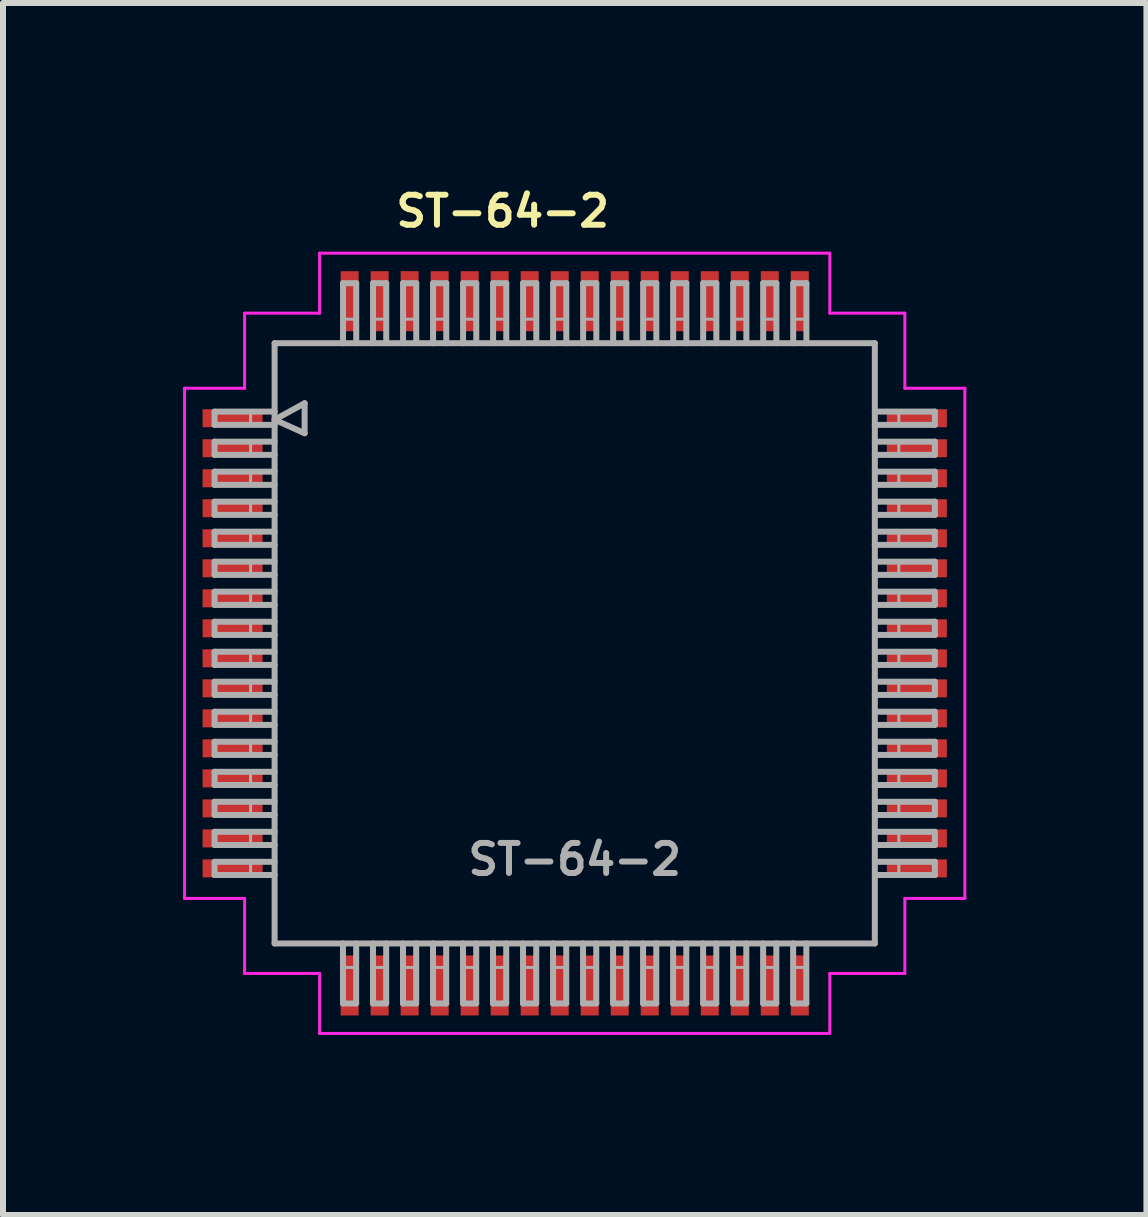
<source format=kicad_pcb>
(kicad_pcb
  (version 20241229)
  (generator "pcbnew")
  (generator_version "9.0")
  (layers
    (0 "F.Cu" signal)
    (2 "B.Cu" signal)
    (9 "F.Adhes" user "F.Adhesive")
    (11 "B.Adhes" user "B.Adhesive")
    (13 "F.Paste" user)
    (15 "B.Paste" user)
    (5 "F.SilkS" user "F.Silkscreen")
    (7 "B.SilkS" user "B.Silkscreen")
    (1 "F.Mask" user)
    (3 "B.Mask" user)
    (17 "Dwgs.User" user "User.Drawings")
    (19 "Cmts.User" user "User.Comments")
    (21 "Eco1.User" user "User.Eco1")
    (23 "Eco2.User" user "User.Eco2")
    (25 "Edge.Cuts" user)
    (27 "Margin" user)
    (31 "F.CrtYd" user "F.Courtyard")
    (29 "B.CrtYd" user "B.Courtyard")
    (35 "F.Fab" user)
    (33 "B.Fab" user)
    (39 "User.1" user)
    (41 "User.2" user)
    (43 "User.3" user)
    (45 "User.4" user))
  (footprint "ST-64-2"
    (layer "F.Cu")
    (at 6.525 7.668)
    (property "Reference" "ST-64-2" (at -1.2 -7.2 0) (layer "F.SilkS") (effects (font (size 0.5 0.5) (thickness 0.1))))
    (attr smd)
    (fp_line (start -6.5 -4.25) (end -5.5 -4.25) (stroke (width 0.05) (type solid)) (layer "F.CrtYd"))
    (fp_line (start -6.5 4.25) (end -6.5 -4.25) (stroke (width 0.05) (type solid)) (layer "F.CrtYd"))
    (fp_line (start -5.5 -5.5) (end -4.25 -5.5) (stroke (width 0.05) (type solid)) (layer "F.CrtYd"))
    (fp_line (start -5.5 -4.25) (end -5.5 -5.5) (stroke (width 0.05) (type solid)) (layer "F.CrtYd"))
    (fp_line (start -5.5 4.25) (end -6.5 4.25) (stroke (width 0.05) (type solid)) (layer "F.CrtYd"))
    (fp_line (start -5.5 5.5) (end -5.5 4.25) (stroke (width 0.05) (type solid)) (layer "F.CrtYd"))
    (fp_line (start -4.25 -6.5) (end 4.25 -6.5) (stroke (width 0.05) (type solid)) (layer "F.CrtYd"))
    (fp_line (start -4.25 -5.5) (end -4.25 -6.5) (stroke (width 0.05) (type solid)) (layer "F.CrtYd"))
    (fp_line (start -4.25 5.5) (end -5.5 5.5) (stroke (width 0.05) (type solid)) (layer "F.CrtYd"))
    (fp_line (start -4.25 6.5) (end -4.25 5.5) (stroke (width 0.05) (type solid)) (layer "F.CrtYd"))
    (fp_line (start 4.25 -6.5) (end 4.25 -5.5) (stroke (width 0.05) (type solid)) (layer "F.CrtYd"))
    (fp_line (start 4.25 -5.5) (end 5.5 -5.5) (stroke (width 0.05) (type solid)) (layer "F.CrtYd"))
    (fp_line (start 4.25 5.5) (end 4.25 6.5) (stroke (width 0.05) (type solid)) (layer "F.CrtYd"))
    (fp_line (start 4.25 6.5) (end -4.25 6.5) (stroke (width 0.05) (type solid)) (layer "F.CrtYd"))
    (fp_line (start 5.5 -5.5) (end 5.5 -4.25) (stroke (width 0.05) (type solid)) (layer "F.CrtYd"))
    (fp_line (start 5.5 -4.25) (end 6.5 -4.25) (stroke (width 0.05) (type solid)) (layer "F.CrtYd"))
    (fp_line (start 5.5 4.25) (end 5.5 5.5) (stroke (width 0.05) (type solid)) (layer "F.CrtYd"))
    (fp_line (start 5.5 5.5) (end 4.25 5.5) (stroke (width 0.05) (type solid)) (layer "F.CrtYd"))
    (fp_line (start 6.5 -4.25) (end 6.5 4.25) (stroke (width 0.05) (type solid)) (layer "F.CrtYd"))
    (fp_line (start 6.5 4.25) (end 5.5 4.25) (stroke (width 0.05) (type solid)) (layer "F.CrtYd"))
    (fp_line (start -6 -3.86) (end -6 -3.64) (stroke (width 0.1) (type solid)) (layer "F.Fab"))
    (fp_line (start -6 -3.64) (end -5 -3.64) (stroke (width 0.1) (type solid)) (layer "F.Fab"))
    (fp_line (start -6 -3.36) (end -6 -3.14) (stroke (width 0.1) (type solid)) (layer "F.Fab"))
    (fp_line (start -6 -3.14) (end -5 -3.14) (stroke (width 0.1) (type solid)) (layer "F.Fab"))
    (fp_line (start -6 -2.86) (end -6 -2.64) (stroke (width 0.1) (type solid)) (layer "F.Fab"))
    (fp_line (start -6 -2.64) (end -5 -2.64) (stroke (width 0.1) (type solid)) (layer "F.Fab"))
    (fp_line (start -6 -2.36) (end -6 -2.14) (stroke (width 0.1) (type solid)) (layer "F.Fab"))
    (fp_line (start -6 -2.14) (end -5 -2.14) (stroke (width 0.1) (type solid)) (layer "F.Fab"))
    (fp_line (start -6 -1.86) (end -6 -1.64) (stroke (width 0.1) (type solid)) (layer "F.Fab"))
    (fp_line (start -6 -1.64) (end -5 -1.64) (stroke (width 0.1) (type solid)) (layer "F.Fab"))
    (fp_line (start -6 -1.36) (end -6 -1.14) (stroke (width 0.1) (type solid)) (layer "F.Fab"))
    (fp_line (start -6 -1.14) (end -5 -1.14) (stroke (width 0.1) (type solid)) (layer "F.Fab"))
    (fp_line (start -6 -0.86) (end -6 -0.64) (stroke (width 0.1) (type solid)) (layer "F.Fab"))
    (fp_line (start -6 -0.64) (end -5 -0.64) (stroke (width 0.1) (type solid)) (layer "F.Fab"))
    (fp_line (start -6 -0.36) (end -6 -0.14) (stroke (width 0.1) (type solid)) (layer "F.Fab"))
    (fp_line (start -6 -0.14) (end -5 -0.14) (stroke (width 0.1) (type solid)) (layer "F.Fab"))
    (fp_line (start -6 0.14) (end -6 0.36) (stroke (width 0.1) (type solid)) (layer "F.Fab"))
    (fp_line (start -6 0.36) (end -5 0.36) (stroke (width 0.1) (type solid)) (layer "F.Fab"))
    (fp_line (start -6 0.64) (end -6 0.86) (stroke (width 0.1) (type solid)) (layer "F.Fab"))
    (fp_line (start -6 0.86) (end -5 0.86) (stroke (width 0.1) (type solid)) (layer "F.Fab"))
    (fp_line (start -6 1.14) (end -6 1.36) (stroke (width 0.1) (type solid)) (layer "F.Fab"))
    (fp_line (start -6 1.36) (end -5 1.36) (stroke (width 0.1) (type solid)) (layer "F.Fab"))
    (fp_line (start -6 1.64) (end -6 1.86) (stroke (width 0.1) (type solid)) (layer "F.Fab"))
    (fp_line (start -6 1.86) (end -5 1.86) (stroke (width 0.1) (type solid)) (layer "F.Fab"))
    (fp_line (start -6 2.14) (end -6 2.36) (stroke (width 0.1) (type solid)) (layer "F.Fab"))
    (fp_line (start -6 2.36) (end -5 2.36) (stroke (width 0.1) (type solid)) (layer "F.Fab"))
    (fp_line (start -6 2.64) (end -6 2.86) (stroke (width 0.1) (type solid)) (layer "F.Fab"))
    (fp_line (start -6 2.86) (end -5 2.86) (stroke (width 0.1) (type solid)) (layer "F.Fab"))
    (fp_line (start -6 3.14) (end -6 3.36) (stroke (width 0.1) (type solid)) (layer "F.Fab"))
    (fp_line (start -6 3.36) (end -5 3.36) (stroke (width 0.1) (type solid)) (layer "F.Fab"))
    (fp_line (start -6 3.64) (end -6 3.86) (stroke (width 0.1) (type solid)) (layer "F.Fab"))
    (fp_line (start -6 3.86) (end -5 3.86) (stroke (width 0.1) (type solid)) (layer "F.Fab"))
    (fp_line (start -5.4 -3.86) (end -5.4 -3.64) (stroke (width 0.05) (type solid)) (layer "F.Fab"))
    (fp_line (start -5.4 -3.36) (end -5.4 -3.14) (stroke (width 0.05) (type solid)) (layer "F.Fab"))
    (fp_line (start -5.4 -2.86) (end -5.4 -2.64) (stroke (width 0.05) (type solid)) (layer "F.Fab"))
    (fp_line (start -5.4 -2.36) (end -5.4 -2.14) (stroke (width 0.05) (type solid)) (layer "F.Fab"))
    (fp_line (start -5.4 -1.86) (end -5.4 -1.64) (stroke (width 0.05) (type solid)) (layer "F.Fab"))
    (fp_line (start -5.4 -1.36) (end -5.4 -1.14) (stroke (width 0.05) (type solid)) (layer "F.Fab"))
    (fp_line (start -5.4 -0.86) (end -5.4 -0.64) (stroke (width 0.05) (type solid)) (layer "F.Fab"))
    (fp_line (start -5.4 -0.36) (end -5.4 -0.14) (stroke (width 0.05) (type solid)) (layer "F.Fab"))
    (fp_line (start -5.4 0.14) (end -5.4 0.36) (stroke (width 0.05) (type solid)) (layer "F.Fab"))
    (fp_line (start -5.4 0.64) (end -5.4 0.86) (stroke (width 0.05) (type solid)) (layer "F.Fab"))
    (fp_line (start -5.4 1.14) (end -5.4 1.36) (stroke (width 0.05) (type solid)) (layer "F.Fab"))
    (fp_line (start -5.4 1.64) (end -5.4 1.86) (stroke (width 0.05) (type solid)) (layer "F.Fab"))
    (fp_line (start -5.4 2.14) (end -5.4 2.36) (stroke (width 0.05) (type solid)) (layer "F.Fab"))
    (fp_line (start -5.4 2.64) (end -5.4 2.86) (stroke (width 0.05) (type solid)) (layer "F.Fab"))
    (fp_line (start -5.4 3.14) (end -5.4 3.36) (stroke (width 0.05) (type solid)) (layer "F.Fab"))
    (fp_line (start -5.4 3.64) (end -5.4 3.86) (stroke (width 0.05) (type solid)) (layer "F.Fab"))
    (fp_line (start -5 -5) (end -5 5) (stroke (width 0.1) (type solid)) (layer "F.Fab"))
    (fp_line (start -5 -3.86) (end -6 -3.86) (stroke (width 0.1) (type solid)) (layer "F.Fab"))
    (fp_line (start -5 -3.725) (end -4.5 -4) (stroke (width 0.1) (type solid)) (layer "F.Fab"))
    (fp_line (start -5 -3.36) (end -6 -3.36) (stroke (width 0.1) (type solid)) (layer "F.Fab"))
    (fp_line (start -5 -2.86) (end -6 -2.86) (stroke (width 0.1) (type solid)) (layer "F.Fab"))
    (fp_line (start -5 -2.36) (end -6 -2.36) (stroke (width 0.1) (type solid)) (layer "F.Fab"))
    (fp_line (start -5 -1.86) (end -6 -1.86) (stroke (width 0.1) (type solid)) (layer "F.Fab"))
    (fp_line (start -5 -1.36) (end -6 -1.36) (stroke (width 0.1) (type solid)) (layer "F.Fab"))
    (fp_line (start -5 -0.86) (end -6 -0.86) (stroke (width 0.1) (type solid)) (layer "F.Fab"))
    (fp_line (start -5 -0.36) (end -6 -0.36) (stroke (width 0.1) (type solid)) (layer "F.Fab"))
    (fp_line (start -5 0.14) (end -6 0.14) (stroke (width 0.1) (type solid)) (layer "F.Fab"))
    (fp_line (start -5 0.64) (end -6 0.64) (stroke (width 0.1) (type solid)) (layer "F.Fab"))
    (fp_line (start -5 1.14) (end -6 1.14) (stroke (width 0.1) (type solid)) (layer "F.Fab"))
    (fp_line (start -5 1.64) (end -6 1.64) (stroke (width 0.1) (type solid)) (layer "F.Fab"))
    (fp_line (start -5 2.14) (end -6 2.14) (stroke (width 0.1) (type solid)) (layer "F.Fab"))
    (fp_line (start -5 2.64) (end -6 2.64) (stroke (width 0.1) (type solid)) (layer "F.Fab"))
    (fp_line (start -5 3.14) (end -6 3.14) (stroke (width 0.1) (type solid)) (layer "F.Fab"))
    (fp_line (start -5 3.64) (end -6 3.64) (stroke (width 0.1) (type solid)) (layer "F.Fab"))
    (fp_line (start -5 5) (end 5 5) (stroke (width 0.1) (type solid)) (layer "F.Fab"))
    (fp_line (start -4.5 -4) (end -4.5 -3.5) (stroke (width 0.1) (type solid)) (layer "F.Fab"))
    (fp_line (start -4.5 -3.5) (end -5 -3.725) (stroke (width 0.1) (type solid)) (layer "F.Fab"))
    (fp_line (start -3.861 5) (end -3.861 6) (stroke (width 0.1) (type solid)) (layer "F.Fab"))
    (fp_line (start -3.861 6) (end -3.641 6) (stroke (width 0.1) (type solid)) (layer "F.Fab"))
    (fp_line (start -3.86 -6) (end -3.86 -5) (stroke (width 0.1) (type solid)) (layer "F.Fab"))
    (fp_line (start -3.86 -5.4) (end -3.64 -5.4) (stroke (width 0.05) (type solid)) (layer "F.Fab"))
    (fp_line (start -3.86 5.4) (end -3.64 5.4) (stroke (width 0.05) (type solid)) (layer "F.Fab"))
    (fp_line (start -3.641 6) (end -3.641 5) (stroke (width 0.1) (type solid)) (layer "F.Fab"))
    (fp_line (start -3.64 -6) (end -3.86 -6) (stroke (width 0.1) (type solid)) (layer "F.Fab"))
    (fp_line (start -3.64 -5) (end -3.64 -6) (stroke (width 0.1) (type solid)) (layer "F.Fab"))
    (fp_line (start -3.361 5) (end -3.361 6) (stroke (width 0.1) (type solid)) (layer "F.Fab"))
    (fp_line (start -3.361 6) (end -3.141 6) (stroke (width 0.1) (type solid)) (layer "F.Fab"))
    (fp_line (start -3.36 -6) (end -3.36 -5) (stroke (width 0.1) (type solid)) (layer "F.Fab"))
    (fp_line (start -3.36 -5.4) (end -3.14 -5.4) (stroke (width 0.05) (type solid)) (layer "F.Fab"))
    (fp_line (start -3.36 5.4) (end -3.14 5.4) (stroke (width 0.05) (type solid)) (layer "F.Fab"))
    (fp_line (start -3.141 6) (end -3.141 5) (stroke (width 0.1) (type solid)) (layer "F.Fab"))
    (fp_line (start -3.14 -6) (end -3.36 -6) (stroke (width 0.1) (type solid)) (layer "F.Fab"))
    (fp_line (start -3.14 -5) (end -3.14 -6) (stroke (width 0.1) (type solid)) (layer "F.Fab"))
    (fp_line (start -2.861 5) (end -2.861 6) (stroke (width 0.1) (type solid)) (layer "F.Fab"))
    (fp_line (start -2.861 6) (end -2.641 6) (stroke (width 0.1) (type solid)) (layer "F.Fab"))
    (fp_line (start -2.86 -6) (end -2.86 -5) (stroke (width 0.1) (type solid)) (layer "F.Fab"))
    (fp_line (start -2.86 -5.4) (end -2.64 -5.4) (stroke (width 0.05) (type solid)) (layer "F.Fab"))
    (fp_line (start -2.86 5.4) (end -2.64 5.4) (stroke (width 0.05) (type solid)) (layer "F.Fab"))
    (fp_line (start -2.641 6) (end -2.641 5) (stroke (width 0.1) (type solid)) (layer "F.Fab"))
    (fp_line (start -2.64 -6) (end -2.86 -6) (stroke (width 0.1) (type solid)) (layer "F.Fab"))
    (fp_line (start -2.64 -5) (end -2.64 -6) (stroke (width 0.1) (type solid)) (layer "F.Fab"))
    (fp_line (start -2.361 5) (end -2.361 6) (stroke (width 0.1) (type solid)) (layer "F.Fab"))
    (fp_line (start -2.361 6) (end -2.141 6) (stroke (width 0.1) (type solid)) (layer "F.Fab"))
    (fp_line (start -2.36 -6) (end -2.36 -5) (stroke (width 0.1) (type solid)) (layer "F.Fab"))
    (fp_line (start -2.36 -5.4) (end -2.14 -5.4) (stroke (width 0.05) (type solid)) (layer "F.Fab"))
    (fp_line (start -2.36 5.4) (end -2.14 5.4) (stroke (width 0.05) (type solid)) (layer "F.Fab"))
    (fp_line (start -2.141 6) (end -2.141 5) (stroke (width 0.1) (type solid)) (layer "F.Fab"))
    (fp_line (start -2.14 -6) (end -2.36 -6) (stroke (width 0.1) (type solid)) (layer "F.Fab"))
    (fp_line (start -2.14 -5) (end -2.14 -6) (stroke (width 0.1) (type solid)) (layer "F.Fab"))
    (fp_line (start -1.861 5) (end -1.861 6) (stroke (width 0.1) (type solid)) (layer "F.Fab"))
    (fp_line (start -1.861 6) (end -1.641 6) (stroke (width 0.1) (type solid)) (layer "F.Fab"))
    (fp_line (start -1.86 -6) (end -1.86 -5) (stroke (width 0.1) (type solid)) (layer "F.Fab"))
    (fp_line (start -1.86 -5.4) (end -1.64 -5.4) (stroke (width 0.05) (type solid)) (layer "F.Fab"))
    (fp_line (start -1.86 5.4) (end -1.64 5.4) (stroke (width 0.05) (type solid)) (layer "F.Fab"))
    (fp_line (start -1.641 6) (end -1.641 5) (stroke (width 0.1) (type solid)) (layer "F.Fab"))
    (fp_line (start -1.64 -6) (end -1.86 -6) (stroke (width 0.1) (type solid)) (layer "F.Fab"))
    (fp_line (start -1.64 -5) (end -1.64 -6) (stroke (width 0.1) (type solid)) (layer "F.Fab"))
    (fp_line (start -1.361 5) (end -1.361 6) (stroke (width 0.1) (type solid)) (layer "F.Fab"))
    (fp_line (start -1.361 6) (end -1.141 6) (stroke (width 0.1) (type solid)) (layer "F.Fab"))
    (fp_line (start -1.36 -6) (end -1.36 -5) (stroke (width 0.1) (type solid)) (layer "F.Fab"))
    (fp_line (start -1.36 -5.4) (end -1.14 -5.4) (stroke (width 0.05) (type solid)) (layer "F.Fab"))
    (fp_line (start -1.36 5.4) (end -1.14 5.4) (stroke (width 0.05) (type solid)) (layer "F.Fab"))
    (fp_line (start -1.141 6) (end -1.141 5) (stroke (width 0.1) (type solid)) (layer "F.Fab"))
    (fp_line (start -1.14 -6) (end -1.36 -6) (stroke (width 0.1) (type solid)) (layer "F.Fab"))
    (fp_line (start -1.14 -5) (end -1.14 -6) (stroke (width 0.1) (type solid)) (layer "F.Fab"))
    (fp_line (start -0.861 5) (end -0.861 6) (stroke (width 0.1) (type solid)) (layer "F.Fab"))
    (fp_line (start -0.861 6) (end -0.641 6) (stroke (width 0.1) (type solid)) (layer "F.Fab"))
    (fp_line (start -0.86 -6) (end -0.86 -5) (stroke (width 0.1) (type solid)) (layer "F.Fab"))
    (fp_line (start -0.86 -5.4) (end -0.64 -5.4) (stroke (width 0.05) (type solid)) (layer "F.Fab"))
    (fp_line (start -0.86 5.4) (end -0.64 5.4) (stroke (width 0.05) (type solid)) (layer "F.Fab"))
    (fp_line (start -0.641 6) (end -0.641 5) (stroke (width 0.1) (type solid)) (layer "F.Fab"))
    (fp_line (start -0.64 -6) (end -0.86 -6) (stroke (width 0.1) (type solid)) (layer "F.Fab"))
    (fp_line (start -0.64 -5) (end -0.64 -6) (stroke (width 0.1) (type solid)) (layer "F.Fab"))
    (fp_line (start -0.361 5) (end -0.361 6) (stroke (width 0.1) (type solid)) (layer "F.Fab"))
    (fp_line (start -0.361 6) (end -0.141 6) (stroke (width 0.1) (type solid)) (layer "F.Fab"))
    (fp_line (start -0.36 -6) (end -0.36 -5) (stroke (width 0.1) (type solid)) (layer "F.Fab"))
    (fp_line (start -0.36 -5.4) (end -0.14 -5.4) (stroke (width 0.05) (type solid)) (layer "F.Fab"))
    (fp_line (start -0.36 5.4) (end -0.14 5.4) (stroke (width 0.05) (type solid)) (layer "F.Fab"))
    (fp_line (start -0.141 6) (end -0.141 5) (stroke (width 0.1) (type solid)) (layer "F.Fab"))
    (fp_line (start -0.14 -6) (end -0.36 -6) (stroke (width 0.1) (type solid)) (layer "F.Fab"))
    (fp_line (start -0.14 -5) (end -0.14 -6) (stroke (width 0.1) (type solid)) (layer "F.Fab"))
    (fp_line (start 0.139 5) (end 0.139 6) (stroke (width 0.1) (type solid)) (layer "F.Fab"))
    (fp_line (start 0.139 6) (end 0.359 6) (stroke (width 0.1) (type solid)) (layer "F.Fab"))
    (fp_line (start 0.14 -6) (end 0.14 -5) (stroke (width 0.1) (type solid)) (layer "F.Fab"))
    (fp_line (start 0.14 -5.4) (end 0.36 -5.4) (stroke (width 0.05) (type solid)) (layer "F.Fab"))
    (fp_line (start 0.14 5.4) (end 0.36 5.4) (stroke (width 0.05) (type solid)) (layer "F.Fab"))
    (fp_line (start 0.359 6) (end 0.359 5) (stroke (width 0.1) (type solid)) (layer "F.Fab"))
    (fp_line (start 0.36 -6) (end 0.14 -6) (stroke (width 0.1) (type solid)) (layer "F.Fab"))
    (fp_line (start 0.36 -5) (end 0.36 -6) (stroke (width 0.1) (type solid)) (layer "F.Fab"))
    (fp_line (start 0.639 5) (end 0.639 6) (stroke (width 0.1) (type solid)) (layer "F.Fab"))
    (fp_line (start 0.639 6) (end 0.859 6) (stroke (width 0.1) (type solid)) (layer "F.Fab"))
    (fp_line (start 0.64 -6) (end 0.64 -5) (stroke (width 0.1) (type solid)) (layer "F.Fab"))
    (fp_line (start 0.64 -5.4) (end 0.86 -5.4) (stroke (width 0.05) (type solid)) (layer "F.Fab"))
    (fp_line (start 0.64 5.4) (end 0.86 5.4) (stroke (width 0.05) (type solid)) (layer "F.Fab"))
    (fp_line (start 0.859 6) (end 0.859 5) (stroke (width 0.1) (type solid)) (layer "F.Fab"))
    (fp_line (start 0.86 -6) (end 0.64 -6) (stroke (width 0.1) (type solid)) (layer "F.Fab"))
    (fp_line (start 0.86 -5) (end 0.86 -6) (stroke (width 0.1) (type solid)) (layer "F.Fab"))
    (fp_line (start 1.139 5) (end 1.139 6) (stroke (width 0.1) (type solid)) (layer "F.Fab"))
    (fp_line (start 1.139 6) (end 1.359 6) (stroke (width 0.1) (type solid)) (layer "F.Fab"))
    (fp_line (start 1.14 -6) (end 1.14 -5) (stroke (width 0.1) (type solid)) (layer "F.Fab"))
    (fp_line (start 1.14 -5.4) (end 1.36 -5.4) (stroke (width 0.05) (type solid)) (layer "F.Fab"))
    (fp_line (start 1.14 5.4) (end 1.36 5.4) (stroke (width 0.05) (type solid)) (layer "F.Fab"))
    (fp_line (start 1.359 6) (end 1.359 5) (stroke (width 0.1) (type solid)) (layer "F.Fab"))
    (fp_line (start 1.36 -6) (end 1.14 -6) (stroke (width 0.1) (type solid)) (layer "F.Fab"))
    (fp_line (start 1.36 -5) (end 1.36 -6) (stroke (width 0.1) (type solid)) (layer "F.Fab"))
    (fp_line (start 1.639 5) (end 1.639 6) (stroke (width 0.1) (type solid)) (layer "F.Fab"))
    (fp_line (start 1.639 6) (end 1.859 6) (stroke (width 0.1) (type solid)) (layer "F.Fab"))
    (fp_line (start 1.64 -6) (end 1.64 -5) (stroke (width 0.1) (type solid)) (layer "F.Fab"))
    (fp_line (start 1.64 -5.4) (end 1.86 -5.4) (stroke (width 0.05) (type solid)) (layer "F.Fab"))
    (fp_line (start 1.64 5.4) (end 1.86 5.4) (stroke (width 0.05) (type solid)) (layer "F.Fab"))
    (fp_line (start 1.859 6) (end 1.859 5) (stroke (width 0.1) (type solid)) (layer "F.Fab"))
    (fp_line (start 1.86 -6) (end 1.64 -6) (stroke (width 0.1) (type solid)) (layer "F.Fab"))
    (fp_line (start 1.86 -5) (end 1.86 -6) (stroke (width 0.1) (type solid)) (layer "F.Fab"))
    (fp_line (start 2.139 5) (end 2.139 6) (stroke (width 0.1) (type solid)) (layer "F.Fab"))
    (fp_line (start 2.139 6) (end 2.359 6) (stroke (width 0.1) (type solid)) (layer "F.Fab"))
    (fp_line (start 2.14 -6) (end 2.14 -5) (stroke (width 0.1) (type solid)) (layer "F.Fab"))
    (fp_line (start 2.14 -5.4) (end 2.36 -5.4) (stroke (width 0.05) (type solid)) (layer "F.Fab"))
    (fp_line (start 2.14 5.4) (end 2.36 5.4) (stroke (width 0.05) (type solid)) (layer "F.Fab"))
    (fp_line (start 2.359 6) (end 2.359 5) (stroke (width 0.1) (type solid)) (layer "F.Fab"))
    (fp_line (start 2.36 -6) (end 2.14 -6) (stroke (width 0.1) (type solid)) (layer "F.Fab"))
    (fp_line (start 2.36 -5) (end 2.36 -6) (stroke (width 0.1) (type solid)) (layer "F.Fab"))
    (fp_line (start 2.639 5) (end 2.639 6) (stroke (width 0.1) (type solid)) (layer "F.Fab"))
    (fp_line (start 2.639 6) (end 2.859 6) (stroke (width 0.1) (type solid)) (layer "F.Fab"))
    (fp_line (start 2.64 -6) (end 2.64 -5) (stroke (width 0.1) (type solid)) (layer "F.Fab"))
    (fp_line (start 2.64 -5.4) (end 2.86 -5.4) (stroke (width 0.05) (type solid)) (layer "F.Fab"))
    (fp_line (start 2.64 5.4) (end 2.86 5.4) (stroke (width 0.05) (type solid)) (layer "F.Fab"))
    (fp_line (start 2.859 6) (end 2.859 5) (stroke (width 0.1) (type solid)) (layer "F.Fab"))
    (fp_line (start 2.86 -6) (end 2.64 -6) (stroke (width 0.1) (type solid)) (layer "F.Fab"))
    (fp_line (start 2.86 -5) (end 2.86 -6) (stroke (width 0.1) (type solid)) (layer "F.Fab"))
    (fp_line (start 3.139 5) (end 3.139 6) (stroke (width 0.1) (type solid)) (layer "F.Fab"))
    (fp_line (start 3.139 6) (end 3.359 6) (stroke (width 0.1) (type solid)) (layer "F.Fab"))
    (fp_line (start 3.14 -6) (end 3.14 -5) (stroke (width 0.1) (type solid)) (layer "F.Fab"))
    (fp_line (start 3.14 -5.4) (end 3.36 -5.4) (stroke (width 0.05) (type solid)) (layer "F.Fab"))
    (fp_line (start 3.14 5.4) (end 3.36 5.4) (stroke (width 0.05) (type solid)) (layer "F.Fab"))
    (fp_line (start 3.359 6) (end 3.359 5) (stroke (width 0.1) (type solid)) (layer "F.Fab"))
    (fp_line (start 3.36 -6) (end 3.14 -6) (stroke (width 0.1) (type solid)) (layer "F.Fab"))
    (fp_line (start 3.36 -5) (end 3.36 -6) (stroke (width 0.1) (type solid)) (layer "F.Fab"))
    (fp_line (start 3.639 5) (end 3.639 6) (stroke (width 0.1) (type solid)) (layer "F.Fab"))
    (fp_line (start 3.639 6) (end 3.859 6) (stroke (width 0.1) (type solid)) (layer "F.Fab"))
    (fp_line (start 3.64 -6) (end 3.64 -5) (stroke (width 0.1) (type solid)) (layer "F.Fab"))
    (fp_line (start 3.64 -5.4) (end 3.86 -5.4) (stroke (width 0.05) (type solid)) (layer "F.Fab"))
    (fp_line (start 3.64 5.4) (end 3.86 5.4) (stroke (width 0.05) (type solid)) (layer "F.Fab"))
    (fp_line (start 3.859 6) (end 3.859 5) (stroke (width 0.1) (type solid)) (layer "F.Fab"))
    (fp_line (start 3.86 -6) (end 3.64 -6) (stroke (width 0.1) (type solid)) (layer "F.Fab"))
    (fp_line (start 3.86 -5) (end 3.86 -6) (stroke (width 0.1) (type solid)) (layer "F.Fab"))
    (fp_line (start 5 -5) (end -5 -5) (stroke (width 0.1) (type solid)) (layer "F.Fab"))
    (fp_line (start 5 -3.64) (end 6 -3.64) (stroke (width 0.1) (type solid)) (layer "F.Fab"))
    (fp_line (start 5 -3.14) (end 6 -3.14) (stroke (width 0.1) (type solid)) (layer "F.Fab"))
    (fp_line (start 5 -2.64) (end 6 -2.64) (stroke (width 0.1) (type solid)) (layer "F.Fab"))
    (fp_line (start 5 -2.14) (end 6 -2.14) (stroke (width 0.1) (type solid)) (layer "F.Fab"))
    (fp_line (start 5 -1.64) (end 6 -1.64) (stroke (width 0.1) (type solid)) (layer "F.Fab"))
    (fp_line (start 5 -1.14) (end 6 -1.14) (stroke (width 0.1) (type solid)) (layer "F.Fab"))
    (fp_line (start 5 -0.64) (end 6 -0.64) (stroke (width 0.1) (type solid)) (layer "F.Fab"))
    (fp_line (start 5 -0.14) (end 6 -0.14) (stroke (width 0.1) (type solid)) (layer "F.Fab"))
    (fp_line (start 5 0.36) (end 6 0.36) (stroke (width 0.1) (type solid)) (layer "F.Fab"))
    (fp_line (start 5 0.86) (end 6 0.86) (stroke (width 0.1) (type solid)) (layer "F.Fab"))
    (fp_line (start 5 1.36) (end 6 1.36) (stroke (width 0.1) (type solid)) (layer "F.Fab"))
    (fp_line (start 5 1.86) (end 6 1.86) (stroke (width 0.1) (type solid)) (layer "F.Fab"))
    (fp_line (start 5 2.36) (end 6 2.36) (stroke (width 0.1) (type solid)) (layer "F.Fab"))
    (fp_line (start 5 2.86) (end 6 2.86) (stroke (width 0.1) (type solid)) (layer "F.Fab"))
    (fp_line (start 5 3.36) (end 6 3.36) (stroke (width 0.1) (type solid)) (layer "F.Fab"))
    (fp_line (start 5 3.86) (end 6 3.86) (stroke (width 0.1) (type solid)) (layer "F.Fab"))
    (fp_line (start 5 5) (end 5 -5) (stroke (width 0.1) (type solid)) (layer "F.Fab"))
    (fp_line (start 5.4 -3.86) (end 5.4 -3.64) (stroke (width 0.05) (type solid)) (layer "F.Fab"))
    (fp_line (start 5.4 -3.36) (end 5.4 -3.14) (stroke (width 0.05) (type solid)) (layer "F.Fab"))
    (fp_line (start 5.4 -2.86) (end 5.4 -2.64) (stroke (width 0.05) (type solid)) (layer "F.Fab"))
    (fp_line (start 5.4 -2.36) (end 5.4 -2.14) (stroke (width 0.05) (type solid)) (layer "F.Fab"))
    (fp_line (start 5.4 -1.86) (end 5.4 -1.64) (stroke (width 0.05) (type solid)) (layer "F.Fab"))
    (fp_line (start 5.4 -1.36) (end 5.4 -1.14) (stroke (width 0.05) (type solid)) (layer "F.Fab"))
    (fp_line (start 5.4 -0.86) (end 5.4 -0.64) (stroke (width 0.05) (type solid)) (layer "F.Fab"))
    (fp_line (start 5.4 -0.36) (end 5.4 -0.14) (stroke (width 0.05) (type solid)) (layer "F.Fab"))
    (fp_line (start 5.4 0.14) (end 5.4 0.36) (stroke (width 0.05) (type solid)) (layer "F.Fab"))
    (fp_line (start 5.4 0.64) (end 5.4 0.86) (stroke (width 0.05) (type solid)) (layer "F.Fab"))
    (fp_line (start 5.4 1.14) (end 5.4 1.36) (stroke (width 0.05) (type solid)) (layer "F.Fab"))
    (fp_line (start 5.4 1.64) (end 5.4 1.86) (stroke (width 0.05) (type solid)) (layer "F.Fab"))
    (fp_line (start 5.4 2.14) (end 5.4 2.36) (stroke (width 0.05) (type solid)) (layer "F.Fab"))
    (fp_line (start 5.4 2.64) (end 5.4 2.86) (stroke (width 0.05) (type solid)) (layer "F.Fab"))
    (fp_line (start 5.4 3.14) (end 5.4 3.36) (stroke (width 0.05) (type solid)) (layer "F.Fab"))
    (fp_line (start 5.4 3.64) (end 5.4 3.86) (stroke (width 0.05) (type solid)) (layer "F.Fab"))
    (fp_line (start 6 -3.86) (end 5 -3.86) (stroke (width 0.1) (type solid)) (layer "F.Fab"))
    (fp_line (start 6 -3.64) (end 6 -3.86) (stroke (width 0.1) (type solid)) (layer "F.Fab"))
    (fp_line (start 6 -3.36) (end 5 -3.36) (stroke (width 0.1) (type solid)) (layer "F.Fab"))
    (fp_line (start 6 -3.14) (end 6 -3.36) (stroke (width 0.1) (type solid)) (layer "F.Fab"))
    (fp_line (start 6 -2.86) (end 5 -2.86) (stroke (width 0.1) (type solid)) (layer "F.Fab"))
    (fp_line (start 6 -2.64) (end 6 -2.86) (stroke (width 0.1) (type solid)) (layer "F.Fab"))
    (fp_line (start 6 -2.36) (end 5 -2.36) (stroke (width 0.1) (type solid)) (layer "F.Fab"))
    (fp_line (start 6 -2.14) (end 6 -2.36) (stroke (width 0.1) (type solid)) (layer "F.Fab"))
    (fp_line (start 6 -1.86) (end 5 -1.86) (stroke (width 0.1) (type solid)) (layer "F.Fab"))
    (fp_line (start 6 -1.64) (end 6 -1.86) (stroke (width 0.1) (type solid)) (layer "F.Fab"))
    (fp_line (start 6 -1.36) (end 5 -1.36) (stroke (width 0.1) (type solid)) (layer "F.Fab"))
    (fp_line (start 6 -1.14) (end 6 -1.36) (stroke (width 0.1) (type solid)) (layer "F.Fab"))
    (fp_line (start 6 -0.86) (end 5 -0.86) (stroke (width 0.1) (type solid)) (layer "F.Fab"))
    (fp_line (start 6 -0.64) (end 6 -0.86) (stroke (width 0.1) (type solid)) (layer "F.Fab"))
    (fp_line (start 6 -0.36) (end 5 -0.36) (stroke (width 0.1) (type solid)) (layer "F.Fab"))
    (fp_line (start 6 -0.14) (end 6 -0.36) (stroke (width 0.1) (type solid)) (layer "F.Fab"))
    (fp_line (start 6 0.14) (end 5 0.14) (stroke (width 0.1) (type solid)) (layer "F.Fab"))
    (fp_line (start 6 0.36) (end 6 0.14) (stroke (width 0.1) (type solid)) (layer "F.Fab"))
    (fp_line (start 6 0.64) (end 5 0.64) (stroke (width 0.1) (type solid)) (layer "F.Fab"))
    (fp_line (start 6 0.86) (end 6 0.64) (stroke (width 0.1) (type solid)) (layer "F.Fab"))
    (fp_line (start 6 1.14) (end 5 1.14) (stroke (width 0.1) (type solid)) (layer "F.Fab"))
    (fp_line (start 6 1.36) (end 6 1.14) (stroke (width 0.1) (type solid)) (layer "F.Fab"))
    (fp_line (start 6 1.64) (end 5 1.64) (stroke (width 0.1) (type solid)) (layer "F.Fab"))
    (fp_line (start 6 1.86) (end 6 1.64) (stroke (width 0.1) (type solid)) (layer "F.Fab"))
    (fp_line (start 6 2.14) (end 5 2.14) (stroke (width 0.1) (type solid)) (layer "F.Fab"))
    (fp_line (start 6 2.36) (end 6 2.14) (stroke (width 0.1) (type solid)) (layer "F.Fab"))
    (fp_line (start 6 2.64) (end 5 2.64) (stroke (width 0.1) (type solid)) (layer "F.Fab"))
    (fp_line (start 6 2.86) (end 6 2.64) (stroke (width 0.1) (type solid)) (layer "F.Fab"))
    (fp_line (start 6 3.14) (end 5 3.14) (stroke (width 0.1) (type solid)) (layer "F.Fab"))
    (fp_line (start 6 3.36) (end 6 3.14) (stroke (width 0.1) (type solid)) (layer "F.Fab"))
    (fp_line (start 6 3.64) (end 5 3.64) (stroke (width 0.1) (type solid)) (layer "F.Fab"))
    (fp_line (start 6 3.86) (end 6 3.64) (stroke (width 0.1) (type solid)) (layer "F.Fab"))
    (fp_text user "${REFERENCE}" (at 0 3.6 0) (layer "F.Fab") (effects (font (size 0.5 0.5) (thickness 0.1))))
    (pad "1" smd rect (at -5.7 -3.75 90) (size 0.3 1) (layers "F.Cu" "F.Mask" "F.Paste"))
    (pad "2" smd rect (at -5.7 -3.25 90) (size 0.3 1) (layers "F.Cu" "F.Mask" "F.Paste"))
    (pad "3" smd rect (at -5.7 -2.75 90) (size 0.3 1) (layers "F.Cu" "F.Mask" "F.Paste"))
    (pad "4" smd rect (at -5.7 -2.25 90) (size 0.3 1) (layers "F.Cu" "F.Mask" "F.Paste"))
    (pad "5" smd rect (at -5.7 -1.75 90) (size 0.3 1) (layers "F.Cu" "F.Mask" "F.Paste"))
    (pad "6" smd rect (at -5.7 -1.25 90) (size 0.3 1) (layers "F.Cu" "F.Mask" "F.Paste"))
    (pad "7" smd rect (at -5.7 -0.75 90) (size 0.3 1) (layers "F.Cu" "F.Mask" "F.Paste"))
    (pad "8" smd rect (at -5.7 -0.25 90) (size 0.3 1) (layers "F.Cu" "F.Mask" "F.Paste"))
    (pad "9" smd rect (at -5.7 0.25 90) (size 0.3 1) (layers "F.Cu" "F.Mask" "F.Paste"))
    (pad "10" smd rect (at -5.7 0.75 90) (size 0.3 1) (layers "F.Cu" "F.Mask" "F.Paste"))
    (pad "11" smd rect (at -5.7 1.25 90) (size 0.3 1) (layers "F.Cu" "F.Mask" "F.Paste"))
    (pad "12" smd rect (at -5.7 1.75 90) (size 0.3 1) (layers "F.Cu" "F.Mask" "F.Paste"))
    (pad "13" smd rect (at -5.7 2.25 90) (size 0.3 1) (layers "F.Cu" "F.Mask" "F.Paste"))
    (pad "14" smd rect (at -5.7 2.75 90) (size 0.3 1) (layers "F.Cu" "F.Mask" "F.Paste"))
    (pad "15" smd rect (at -5.7 3.25 90) (size 0.3 1) (layers "F.Cu" "F.Mask" "F.Paste"))
    (pad "16" smd rect (at -5.7 3.75 90) (size 0.3 1) (layers "F.Cu" "F.Mask" "F.Paste"))
    (pad "17" smd rect (at -3.75 5.7) (size 0.3 1) (layers "F.Cu" "F.Mask" "F.Paste"))
    (pad "18" smd rect (at -3.25 5.7) (size 0.3 1) (layers "F.Cu" "F.Mask" "F.Paste"))
    (pad "19" smd rect (at -2.75 5.7) (size 0.3 1) (layers "F.Cu" "F.Mask" "F.Paste"))
    (pad "20" smd rect (at -2.25 5.7) (size 0.3 1) (layers "F.Cu" "F.Mask" "F.Paste"))
    (pad "21" smd rect (at -1.75 5.7) (size 0.3 1) (layers "F.Cu" "F.Mask" "F.Paste"))
    (pad "22" smd rect (at -1.25 5.7) (size 0.3 1) (layers "F.Cu" "F.Mask" "F.Paste"))
    (pad "23" smd rect (at -0.75 5.7) (size 0.3 1) (layers "F.Cu" "F.Mask" "F.Paste"))
    (pad "24" smd rect (at -0.25 5.7) (size 0.3 1) (layers "F.Cu" "F.Mask" "F.Paste"))
    (pad "25" smd rect (at 0.25 5.7) (size 0.3 1) (layers "F.Cu" "F.Mask" "F.Paste"))
    (pad "26" smd rect (at 0.75 5.7) (size 0.3 1) (layers "F.Cu" "F.Mask" "F.Paste"))
    (pad "27" smd rect (at 1.25 5.7) (size 0.3 1) (layers "F.Cu" "F.Mask" "F.Paste"))
    (pad "28" smd rect (at 1.75 5.7) (size 0.3 1) (layers "F.Cu" "F.Mask" "F.Paste"))
    (pad "29" smd rect (at 2.25 5.7) (size 0.3 1) (layers "F.Cu" "F.Mask" "F.Paste"))
    (pad "30" smd rect (at 2.75 5.7) (size 0.3 1) (layers "F.Cu" "F.Mask" "F.Paste"))
    (pad "31" smd rect (at 3.25 5.7) (size 0.3 1) (layers "F.Cu" "F.Mask" "F.Paste"))
    (pad "32" smd rect (at 3.75 5.7) (size 0.3 1) (layers "F.Cu" "F.Mask" "F.Paste"))
    (pad "33" smd rect (at 5.7 3.75 90) (size 0.3 1) (layers "F.Cu" "F.Mask" "F.Paste"))
    (pad "34" smd rect (at 5.7 3.25 90) (size 0.3 1) (layers "F.Cu" "F.Mask" "F.Paste"))
    (pad "35" smd rect (at 5.7 2.75 90) (size 0.3 1) (layers "F.Cu" "F.Mask" "F.Paste"))
    (pad "36" smd rect (at 5.7 2.25 90) (size 0.3 1) (layers "F.Cu" "F.Mask" "F.Paste"))
    (pad "37" smd rect (at 5.7 1.75 90) (size 0.3 1) (layers "F.Cu" "F.Mask" "F.Paste"))
    (pad "38" smd rect (at 5.7 1.25 90) (size 0.3 1) (layers "F.Cu" "F.Mask" "F.Paste"))
    (pad "39" smd rect (at 5.7 0.75 90) (size 0.3 1) (layers "F.Cu" "F.Mask" "F.Paste"))
    (pad "40" smd rect (at 5.7 0.25 90) (size 0.3 1) (layers "F.Cu" "F.Mask" "F.Paste"))
    (pad "41" smd rect (at 5.7 -0.25 90) (size 0.3 1) (layers "F.Cu" "F.Mask" "F.Paste"))
    (pad "42" smd rect (at 5.7 -0.75 90) (size 0.3 1) (layers "F.Cu" "F.Mask" "F.Paste"))
    (pad "43" smd rect (at 5.7 -1.25 90) (size 0.3 1) (layers "F.Cu" "F.Mask" "F.Paste"))
    (pad "44" smd rect (at 5.7 -1.75 90) (size 0.3 1) (layers "F.Cu" "F.Mask" "F.Paste"))
    (pad "45" smd rect (at 5.7 -2.25 90) (size 0.3 1) (layers "F.Cu" "F.Mask" "F.Paste"))
    (pad "46" smd rect (at 5.7 -2.75 90) (size 0.3 1) (layers "F.Cu" "F.Mask" "F.Paste"))
    (pad "47" smd rect (at 5.7 -3.25 90) (size 0.3 1) (layers "F.Cu" "F.Mask" "F.Paste"))
    (pad "48" smd rect (at 5.7 -3.75 90) (size 0.3 1) (layers "F.Cu" "F.Mask" "F.Paste"))
    (pad "49" smd rect (at 3.75 -5.7) (size 0.3 1) (layers "F.Cu" "F.Mask" "F.Paste"))
    (pad "50" smd rect (at 3.25 -5.7) (size 0.3 1) (layers "F.Cu" "F.Mask" "F.Paste"))
    (pad "51" smd rect (at 2.75 -5.7) (size 0.3 1) (layers "F.Cu" "F.Mask" "F.Paste"))
    (pad "52" smd rect (at 2.25 -5.7) (size 0.3 1) (layers "F.Cu" "F.Mask" "F.Paste"))
    (pad "53" smd rect (at 1.75 -5.7) (size 0.3 1) (layers "F.Cu" "F.Mask" "F.Paste"))
    (pad "54" smd rect (at 1.25 -5.7) (size 0.3 1) (layers "F.Cu" "F.Mask" "F.Paste"))
    (pad "55" smd rect (at 0.75 -5.7) (size 0.3 1) (layers "F.Cu" "F.Mask" "F.Paste"))
    (pad "56" smd rect (at 0.25 -5.7) (size 0.3 1) (layers "F.Cu" "F.Mask" "F.Paste"))
    (pad "57" smd rect (at -0.25 -5.7) (size 0.3 1) (layers "F.Cu" "F.Mask" "F.Paste"))
    (pad "58" smd rect (at -0.75 -5.7) (size 0.3 1) (layers "F.Cu" "F.Mask" "F.Paste"))
    (pad "59" smd rect (at -1.25 -5.7) (size 0.3 1) (layers "F.Cu" "F.Mask" "F.Paste"))
    (pad "60" smd rect (at -1.75 -5.7) (size 0.3 1) (layers "F.Cu" "F.Mask" "F.Paste"))
    (pad "61" smd rect (at -2.25 -5.7) (size 0.3 1) (layers "F.Cu" "F.Mask" "F.Paste"))
    (pad "62" smd rect (at -2.75 -5.7) (size 0.3 1) (layers "F.Cu" "F.Mask" "F.Paste"))
    (pad "63" smd rect (at -3.25 -5.7) (size 0.3 1) (layers "F.Cu" "F.Mask" "F.Paste"))
    (pad "64" smd rect (at -3.75 -5.7) (size 0.3 1) (layers "F.Cu" "F.Mask" "F.Paste")))
  (gr_rect
    (start -3 -3)
    (end 16.05 17.193)
    (stroke (width 0.1) (type default))
    (fill no)
    (layer "Edge.Cuts")))
</source>
